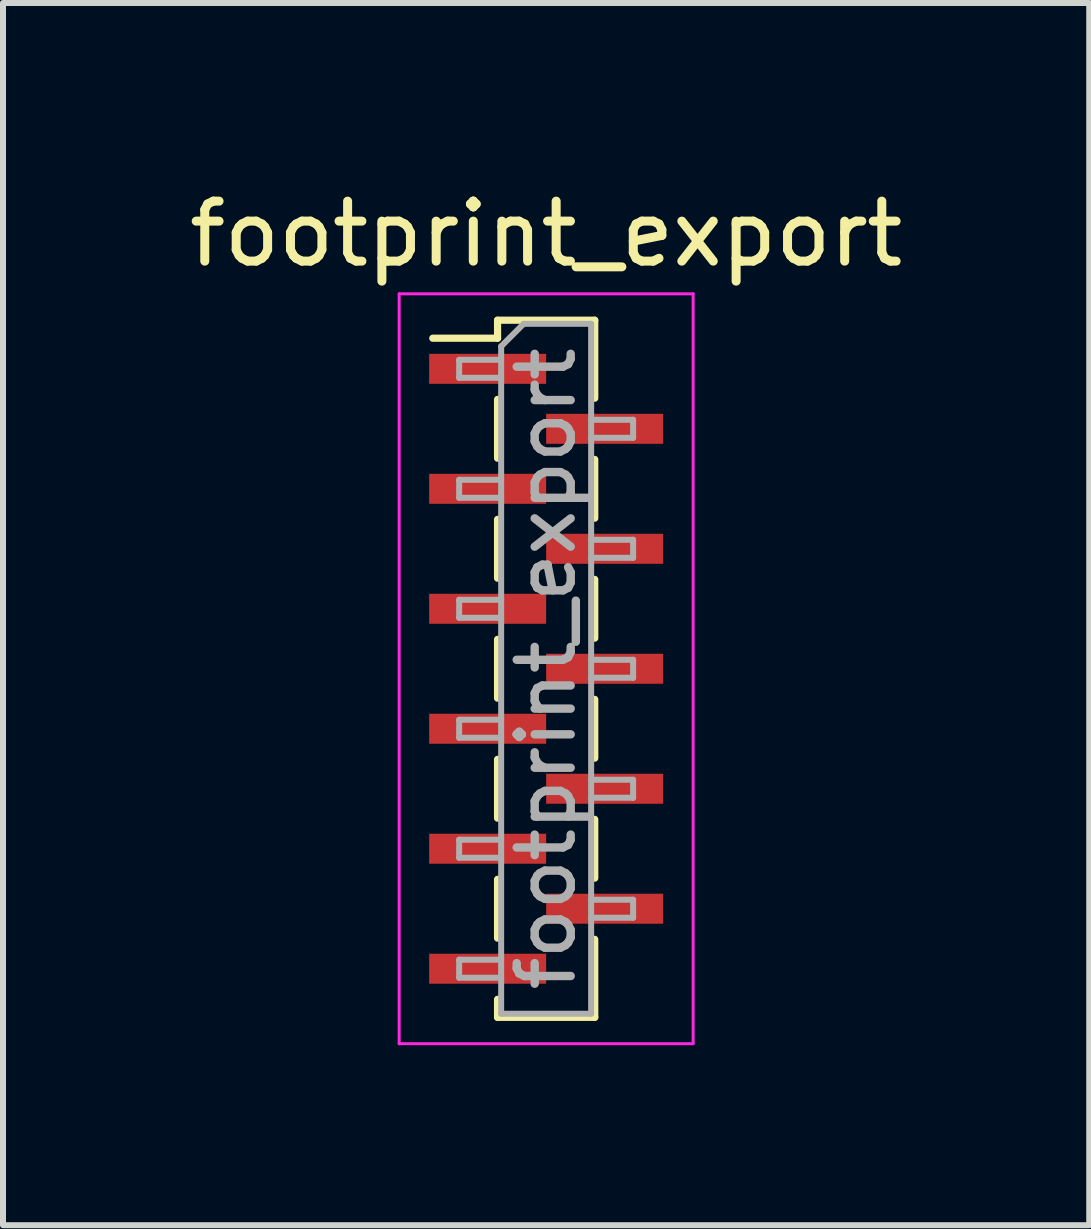
<source format=kicad_pcb>
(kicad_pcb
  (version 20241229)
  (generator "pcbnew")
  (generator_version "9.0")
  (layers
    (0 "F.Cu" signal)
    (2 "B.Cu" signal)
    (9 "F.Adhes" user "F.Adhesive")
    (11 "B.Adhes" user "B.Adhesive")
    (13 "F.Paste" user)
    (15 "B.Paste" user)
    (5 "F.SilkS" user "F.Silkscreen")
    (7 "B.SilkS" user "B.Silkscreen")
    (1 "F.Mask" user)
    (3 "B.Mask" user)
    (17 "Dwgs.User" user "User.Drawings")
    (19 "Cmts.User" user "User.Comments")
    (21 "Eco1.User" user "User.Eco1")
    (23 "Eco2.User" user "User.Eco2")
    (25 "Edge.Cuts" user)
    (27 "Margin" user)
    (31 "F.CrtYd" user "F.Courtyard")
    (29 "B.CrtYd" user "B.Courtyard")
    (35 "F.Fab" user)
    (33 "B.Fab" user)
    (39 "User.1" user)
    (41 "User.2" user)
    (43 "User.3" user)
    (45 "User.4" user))
  (footprint "footprint_export"
    (layer "F.Cu")
    (at 6.054 8.098)
    (property "Reference" "footprint_export" (at 0 -7.25 0) (layer "F.SilkS") (effects (font (size 1 1) (thickness 0.15))))
    (attr smd)
    (fp_line (start -1.89 -5.51) (end -0.81 -5.51) (stroke (width 0.12) (type solid)) (layer "F.SilkS"))
    (fp_line (start -0.81 -5.81) (end -0.81 -5.51) (stroke (width 0.12) (type solid)) (layer "F.SilkS"))
    (fp_line (start -0.81 -5.81) (end 0.81 -5.81) (stroke (width 0.12) (type solid)) (layer "F.SilkS"))
    (fp_line (start -0.81 -4.49) (end -0.81 -3.51) (stroke (width 0.12) (type solid)) (layer "F.SilkS"))
    (fp_line (start -0.81 -2.49) (end -0.81 -1.51) (stroke (width 0.12) (type solid)) (layer "F.SilkS"))
    (fp_line (start -0.81 -0.49) (end -0.81 0.49) (stroke (width 0.12) (type solid)) (layer "F.SilkS"))
    (fp_line (start -0.81 1.51) (end -0.81 2.49) (stroke (width 0.12) (type solid)) (layer "F.SilkS"))
    (fp_line (start -0.81 3.51) (end -0.81 4.49) (stroke (width 0.12) (type solid)) (layer "F.SilkS"))
    (fp_line (start -0.81 5.51) (end -0.81 5.81) (stroke (width 0.12) (type solid)) (layer "F.SilkS"))
    (fp_line (start -0.81 5.81) (end 0.81 5.81) (stroke (width 0.12) (type solid)) (layer "F.SilkS"))
    (fp_line (start 0.81 -5.81) (end 0.81 -4.51) (stroke (width 0.12) (type solid)) (layer "F.SilkS"))
    (fp_line (start 0.81 -3.49) (end 0.81 -2.51) (stroke (width 0.12) (type solid)) (layer "F.SilkS"))
    (fp_line (start 0.81 -1.49) (end 0.81 -0.51) (stroke (width 0.12) (type solid)) (layer "F.SilkS"))
    (fp_line (start 0.81 0.51) (end 0.81 1.49) (stroke (width 0.12) (type solid)) (layer "F.SilkS"))
    (fp_line (start 0.81 2.51) (end 0.81 3.49) (stroke (width 0.12) (type solid)) (layer "F.SilkS"))
    (fp_line (start 0.81 4.51) (end 0.81 5.81) (stroke (width 0.12) (type solid)) (layer "F.SilkS"))
    (fp_line (start -2.45 -6.25) (end 2.45 -6.25) (stroke (width 0.05) (type solid)) (layer "F.CrtYd"))
    (fp_line (start -2.45 6.25) (end -2.45 -6.25) (stroke (width 0.05) (type solid)) (layer "F.CrtYd"))
    (fp_line (start 2.45 -6.25) (end 2.45 6.25) (stroke (width 0.05) (type solid)) (layer "F.CrtYd"))
    (fp_line (start 2.45 6.25) (end -2.45 6.25) (stroke (width 0.05) (type solid)) (layer "F.CrtYd"))
    (fp_line (start -1.45 -5.15) (end -0.75 -5.15) (stroke (width 0.1) (type solid)) (layer "F.Fab"))
    (fp_line (start -1.45 -4.85) (end -1.45 -5.15) (stroke (width 0.1) (type solid)) (layer "F.Fab"))
    (fp_line (start -1.45 -3.15) (end -0.75 -3.15) (stroke (width 0.1) (type solid)) (layer "F.Fab"))
    (fp_line (start -1.45 -2.85) (end -1.45 -3.15) (stroke (width 0.1) (type solid)) (layer "F.Fab"))
    (fp_line (start -1.45 -1.15) (end -0.75 -1.15) (stroke (width 0.1) (type solid)) (layer "F.Fab"))
    (fp_line (start -1.45 -0.85) (end -1.45 -1.15) (stroke (width 0.1) (type solid)) (layer "F.Fab"))
    (fp_line (start -1.45 0.85) (end -0.75 0.85) (stroke (width 0.1) (type solid)) (layer "F.Fab"))
    (fp_line (start -1.45 1.15) (end -1.45 0.85) (stroke (width 0.1) (type solid)) (layer "F.Fab"))
    (fp_line (start -1.45 2.85) (end -0.75 2.85) (stroke (width 0.1) (type solid)) (layer "F.Fab"))
    (fp_line (start -1.45 3.15) (end -1.45 2.85) (stroke (width 0.1) (type solid)) (layer "F.Fab"))
    (fp_line (start -1.45 4.85) (end -0.75 4.85) (stroke (width 0.1) (type solid)) (layer "F.Fab"))
    (fp_line (start -1.45 5.15) (end -1.45 4.85) (stroke (width 0.1) (type solid)) (layer "F.Fab"))
    (fp_line (start -0.75 -5.375) (end -0.375 -5.75) (stroke (width 0.1) (type solid)) (layer "F.Fab"))
    (fp_line (start -0.75 -4.85) (end -1.45 -4.85) (stroke (width 0.1) (type solid)) (layer "F.Fab"))
    (fp_line (start -0.75 -2.85) (end -1.45 -2.85) (stroke (width 0.1) (type solid)) (layer "F.Fab"))
    (fp_line (start -0.75 -0.85) (end -1.45 -0.85) (stroke (width 0.1) (type solid)) (layer "F.Fab"))
    (fp_line (start -0.75 1.15) (end -1.45 1.15) (stroke (width 0.1) (type solid)) (layer "F.Fab"))
    (fp_line (start -0.75 3.15) (end -1.45 3.15) (stroke (width 0.1) (type solid)) (layer "F.Fab"))
    (fp_line (start -0.75 5.15) (end -1.45 5.15) (stroke (width 0.1) (type solid)) (layer "F.Fab"))
    (fp_line (start -0.75 5.75) (end -0.75 -5.375) (stroke (width 0.1) (type solid)) (layer "F.Fab"))
    (fp_line (start -0.375 -5.75) (end 0.75 -5.75) (stroke (width 0.1) (type solid)) (layer "F.Fab"))
    (fp_line (start 0.75 -5.75) (end 0.75 5.75) (stroke (width 0.1) (type solid)) (layer "F.Fab"))
    (fp_line (start 0.75 -4.15) (end 1.45 -4.15) (stroke (width 0.1) (type solid)) (layer "F.Fab"))
    (fp_line (start 0.75 -2.15) (end 1.45 -2.15) (stroke (width 0.1) (type solid)) (layer "F.Fab"))
    (fp_line (start 0.75 -0.15) (end 1.45 -0.15) (stroke (width 0.1) (type solid)) (layer "F.Fab"))
    (fp_line (start 0.75 1.85) (end 1.45 1.85) (stroke (width 0.1) (type solid)) (layer "F.Fab"))
    (fp_line (start 0.75 3.85) (end 1.45 3.85) (stroke (width 0.1) (type solid)) (layer "F.Fab"))
    (fp_line (start 0.75 5.75) (end -0.75 5.75) (stroke (width 0.1) (type solid)) (layer "F.Fab"))
    (fp_line (start 1.45 -4.15) (end 1.45 -3.85) (stroke (width 0.1) (type solid)) (layer "F.Fab"))
    (fp_line (start 1.45 -3.85) (end 0.75 -3.85) (stroke (width 0.1) (type solid)) (layer "F.Fab"))
    (fp_line (start 1.45 -2.15) (end 1.45 -1.85) (stroke (width 0.1) (type solid)) (layer "F.Fab"))
    (fp_line (start 1.45 -1.85) (end 0.75 -1.85) (stroke (width 0.1) (type solid)) (layer "F.Fab"))
    (fp_line (start 1.45 -0.15) (end 1.45 0.15) (stroke (width 0.1) (type solid)) (layer "F.Fab"))
    (fp_line (start 1.45 0.15) (end 0.75 0.15) (stroke (width 0.1) (type solid)) (layer "F.Fab"))
    (fp_line (start 1.45 1.85) (end 1.45 2.15) (stroke (width 0.1) (type solid)) (layer "F.Fab"))
    (fp_line (start 1.45 2.15) (end 0.75 2.15) (stroke (width 0.1) (type solid)) (layer "F.Fab"))
    (fp_line (start 1.45 3.85) (end 1.45 4.15) (stroke (width 0.1) (type solid)) (layer "F.Fab"))
    (fp_line (start 1.45 4.15) (end 0.75 4.15) (stroke (width 0.1) (type solid)) (layer "F.Fab"))
    (fp_text user "${REFERENCE}" (at 0 0 90) (layer "F.Fab") (effects (font (size 0.9 0.9) (thickness 0.14))))
    (pad "1" smd rect (at -0.975 -5) (size 1.95 0.5) (layers "F.Cu" "F.Mask" "F.Paste"))
    (pad "2" smd rect (at 0.975 -4) (size 1.95 0.5) (layers "F.Cu" "F.Mask" "F.Paste"))
    (pad "3" smd rect (at -0.975 -3) (size 1.95 0.5) (layers "F.Cu" "F.Mask" "F.Paste"))
    (pad "4" smd rect (at 0.975 -2) (size 1.95 0.5) (layers "F.Cu" "F.Mask" "F.Paste"))
    (pad "5" smd rect (at -0.975 -1) (size 1.95 0.5) (layers "F.Cu" "F.Mask" "F.Paste"))
    (pad "6" smd rect (at 0.975 0) (size 1.95 0.5) (layers "F.Cu" "F.Mask" "F.Paste"))
    (pad "7" smd rect (at -0.975 1) (size 1.95 0.5) (layers "F.Cu" "F.Mask" "F.Paste"))
    (pad "8" smd rect (at 0.975 2) (size 1.95 0.5) (layers "F.Cu" "F.Mask" "F.Paste"))
    (pad "9" smd rect (at -0.975 3) (size 1.95 0.5) (layers "F.Cu" "F.Mask" "F.Paste"))
    (pad "10" smd rect (at 0.975 4) (size 1.95 0.5) (layers "F.Cu" "F.Mask" "F.Paste"))
    (pad "11" smd rect (at -0.975 5) (size 1.95 0.5) (layers "F.Cu" "F.Mask" "F.Paste")))
  (gr_rect
    (start -3 -3)
    (end 15.107 17.373)
    (stroke (width 0.1) (type default))
    (fill no)
    (layer "Edge.Cuts")))
</source>
